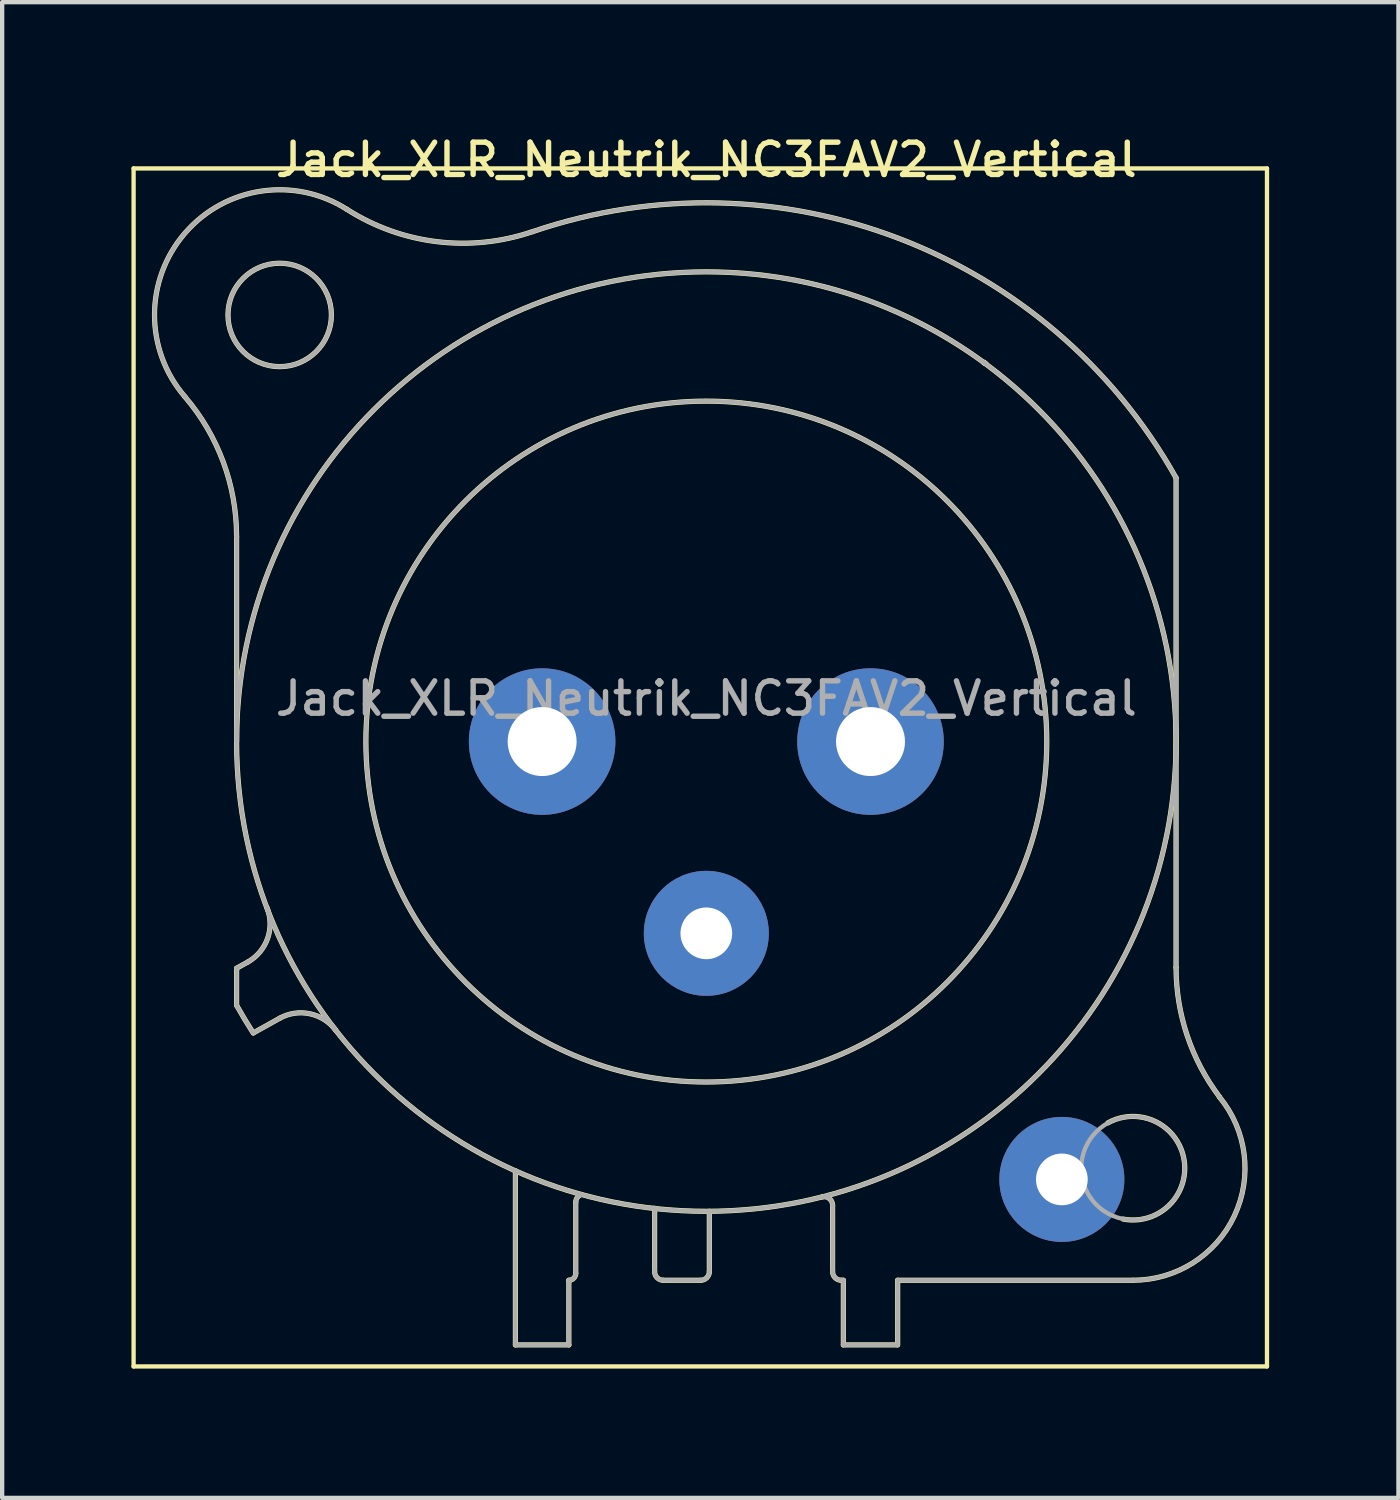
<source format=kicad_pcb>
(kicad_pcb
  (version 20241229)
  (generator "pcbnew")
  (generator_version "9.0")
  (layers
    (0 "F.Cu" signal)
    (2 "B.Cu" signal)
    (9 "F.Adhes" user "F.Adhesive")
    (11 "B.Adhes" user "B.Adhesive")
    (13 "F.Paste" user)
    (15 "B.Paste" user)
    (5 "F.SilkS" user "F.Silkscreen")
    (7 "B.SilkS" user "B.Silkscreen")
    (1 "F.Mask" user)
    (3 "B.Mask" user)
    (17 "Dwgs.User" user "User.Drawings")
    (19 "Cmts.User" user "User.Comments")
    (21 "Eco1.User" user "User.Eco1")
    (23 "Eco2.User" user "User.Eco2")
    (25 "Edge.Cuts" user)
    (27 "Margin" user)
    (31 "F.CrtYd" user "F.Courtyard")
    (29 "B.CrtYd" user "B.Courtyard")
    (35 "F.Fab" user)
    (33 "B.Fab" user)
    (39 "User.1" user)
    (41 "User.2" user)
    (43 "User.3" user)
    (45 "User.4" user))
  (footprint "Jack_XLR_Neutrik_NC3FAV2_Vertical"
    (layer "F.Cu")
    (at 17.15 14.158)
    (property "Reference" "Jack_XLR_Neutrik_NC3FAV2_Vertical" (at -3.81 -13.5 0) (layer "F.SilkS") (effects (font (size 0.75 0.75) (thickness 0.125))))
    (attr through_hole)
    (fp_line (start -17.1 -13.3) (end 9.2 -13.3) (stroke (width 0.1) (type solid)) (layer "F.SilkS"))
    (fp_line (start -17.1 14.5) (end -17.1 -13.3) (stroke (width 0.1) (type solid)) (layer "F.SilkS"))
    (fp_line (start -14.71 0) (end -14.71 -4.76) (stroke (width 0.12) (type solid)) (layer "F.SilkS"))
    (fp_line (start -14.71 5.26) (end -14.71 6.12) (stroke (width 0.12) (type solid)) (layer "F.SilkS"))
    (fp_line (start -14.44 5.11) (end -14.71 5.26) (stroke (width 0.12) (type solid)) (layer "F.SilkS"))
    (fp_line (start -14.32 6.76) (end -13.71 6.42) (stroke (width 0.12) (type solid)) (layer "F.SilkS"))
    (fp_line (start -8.24 9.96) (end -8.24 14) (stroke (width 0.12) (type solid)) (layer "F.SilkS"))
    (fp_line (start -7 12.5) (end -7 14) (stroke (width 0.12) (type solid)) (layer "F.SilkS"))
    (fp_line (start -7 14) (end -8.24 14) (stroke (width 0.12) (type solid)) (layer "F.SilkS"))
    (fp_line (start -6.84 12.34) (end -6.84 10.69) (stroke (width 0.12) (type solid)) (layer "F.SilkS"))
    (fp_line (start -5.01 10.83) (end -5.01 12.3) (stroke (width 0.12) (type solid)) (layer "F.SilkS"))
    (fp_line (start -3.94 12.5) (end -4.81 12.5) (stroke (width 0.12) (type solid)) (layer "F.SilkS"))
    (fp_line (start -3.74 10.9) (end -3.74 12.3) (stroke (width 0.12) (type solid)) (layer "F.SilkS"))
    (fp_line (start -0.88 12.3) (end -0.88 10.76) (stroke (width 0.12) (type solid)) (layer "F.SilkS"))
    (fp_line (start -0.63 12.5) (end -0.68 12.5) (stroke (width 0.12) (type solid)) (layer "F.SilkS"))
    (fp_line (start -0.63 12.5) (end -0.63 14) (stroke (width 0.12) (type solid)) (layer "F.SilkS"))
    (fp_line (start 0.62 14) (end -0.63 14) (stroke (width 0.12) (type solid)) (layer "F.SilkS"))
    (fp_line (start 0.63 12.5) (end 6.09 12.5) (stroke (width 0.12) (type solid)) (layer "F.SilkS"))
    (fp_line (start 0.63 14) (end 0.63 12.5) (stroke (width 0.12) (type solid)) (layer "F.SilkS"))
    (fp_line (start 7.09 5.24) (end 7.09 -6.12) (stroke (width 0.12) (type solid)) (layer "F.SilkS"))
    (fp_line (start 9.2 -13.3) (end 9.2 14.5) (stroke (width 0.1) (type solid)) (layer "F.SilkS"))
    (fp_line (start 9.2 14.5) (end -17.1 14.5) (stroke (width 0.1) (type solid)) (layer "F.SilkS"))
    (fp_arc (start -15.908829 -8.000856) (mid -15.019313 -6.48774) (end -14.71 -4.76) (stroke (width 0.12) (type solid)) (layer "F.SilkS"))
    (fp_arc (start -15.908236 -8.001617) (mid -15.907486 -11.799251) (end -12.15 -12.35) (stroke (width 0.12) (type solid)) (layer "F.SilkS"))
    (fp_arc (start -14.32314 6.763008) (mid -14.521396 6.444407) (end -14.71 6.12) (stroke (width 0.12) (type solid)) (layer "F.SilkS"))
    (fp_arc (start -14.004283 3.855674) (mid -13.989213 4.56375) (end -14.44 5.11) (stroke (width 0.12) (type solid)) (layer "F.SilkS"))
    (fp_arc (start -13.71 6.42) (mid -13.01025 6.315915) (end -12.412202 6.693832) (stroke (width 0.12) (type solid)) (layer "F.SilkS"))
    (fp_arc (start -7.848035 -11.831177) (mid -10.058192 -11.599923) (end -12.15 -12.35) (stroke (width 0.12) (type solid)) (layer "F.SilkS"))
    (fp_arc (start -7.841153 -11.83276) (mid 0.657009 -11.675197) (end 7.09 -6.12) (stroke (width 0.12) (type solid)) (layer "F.SilkS"))
    (fp_arc (start -6.84 10.69) (mid -6.803713 10.578321) (end -6.708713 10.509299) (stroke (width 0.12) (type solid)) (layer "F.SilkS"))
    (fp_arc (start -6.84 12.34) (mid -6.886863 12.453137) (end -7 12.5) (stroke (width 0.12) (type solid)) (layer "F.SilkS"))
    (fp_arc (start -4.81 12.5) (mid -4.951421 12.441421) (end -5.01 12.3) (stroke (width 0.12) (type solid)) (layer "F.SilkS"))
    (fp_arc (start -3.74 12.3) (mid -3.798579 12.441421) (end -3.94 12.5) (stroke (width 0.12) (type solid)) (layer "F.SilkS"))
    (fp_arc (start -1.1294 10.566197) (mid -0.957281 10.602076) (end -0.88 10.76) (stroke (width 0.12) (type solid)) (layer "F.SilkS"))
    (fp_arc (start -0.68 12.5) (mid -0.821421 12.441421) (end -0.88 12.3) (stroke (width 0.12) (type solid)) (layer "F.SilkS"))
    (fp_arc (start 2.636924 -8.782671) (mid 2.628394 -8.791269) (end 2.62 -8.8) (stroke (width 0.12) (type solid)) (layer "F.SilkS"))
    (fp_arc (start 2.680052 -8.767734) (mid 2.65973 -8.7835) (end 2.64 -8.8) (stroke (width 0.12) (type solid)) (layer "F.SilkS"))
    (fp_arc (start 5.507701 8.848226) (mid 7.277502 9.712546) (end 5.86 11.08) (stroke (width 0.12) (type solid)) (layer "F.SilkS"))
    (fp_arc (start 8.095865 8.245761) (mid 8.441704 11.008824) (end 6.09 12.5) (stroke (width 0.12) (type solid)) (layer "F.SilkS"))
    (fp_arc (start 8.098032 8.243976) (mid 7.348729 6.824298) (end 7.09 5.24) (stroke (width 0.12) (type solid)) (layer "F.SilkS"))
    (fp_circle (center -13.71 -9.9) (end -12.51 -9.9) (stroke (width 0.12) (type solid)) (fill no) (layer "F.SilkS"))
    (fp_circle (center -3.81 0) (end 4.09 0) (stroke (width 0.12) (type solid)) (fill no) (layer "F.SilkS"))
    (fp_circle (center -3.81 0) (end 7.09 0) (stroke (width 0.12) (type solid)) (fill no) (layer "F.SilkS"))
    (fp_line (start -14.71 0) (end -14.71 -4.76) (stroke (width 0.1) (type solid)) (layer "F.Fab"))
    (fp_line (start -14.71 5.26) (end -14.71 6.12) (stroke (width 0.1) (type solid)) (layer "F.Fab"))
    (fp_line (start -14.44 5.11) (end -14.71 5.26) (stroke (width 0.1) (type solid)) (layer "F.Fab"))
    (fp_line (start -14.32 6.76) (end -13.71 6.42) (stroke (width 0.1) (type solid)) (layer "F.Fab"))
    (fp_line (start -8.24 9.96) (end -8.24 14) (stroke (width 0.1) (type solid)) (layer "F.Fab"))
    (fp_line (start -7 12.5) (end -7 14) (stroke (width 0.1) (type solid)) (layer "F.Fab"))
    (fp_line (start -7 14) (end -8.24 14) (stroke (width 0.1) (type solid)) (layer "F.Fab"))
    (fp_line (start -6.84 12.34) (end -6.84 10.69) (stroke (width 0.1) (type solid)) (layer "F.Fab"))
    (fp_line (start -5.01 10.83) (end -5.01 12.3) (stroke (width 0.1) (type solid)) (layer "F.Fab"))
    (fp_line (start -3.94 12.5) (end -4.81 12.5) (stroke (width 0.1) (type solid)) (layer "F.Fab"))
    (fp_line (start -3.74 10.9) (end -3.74 12.3) (stroke (width 0.1) (type solid)) (layer "F.Fab"))
    (fp_line (start -0.88 12.3) (end -0.88 10.76) (stroke (width 0.1) (type solid)) (layer "F.Fab"))
    (fp_line (start -0.63 12.5) (end -0.68 12.5) (stroke (width 0.1) (type solid)) (layer "F.Fab"))
    (fp_line (start -0.63 12.5) (end -0.63 14) (stroke (width 0.1) (type solid)) (layer "F.Fab"))
    (fp_line (start 0.62 14) (end -0.63 14) (stroke (width 0.1) (type solid)) (layer "F.Fab"))
    (fp_line (start 0.63 12.5) (end 6.09 12.5) (stroke (width 0.1) (type solid)) (layer "F.Fab"))
    (fp_line (start 0.63 14) (end 0.63 12.5) (stroke (width 0.1) (type solid)) (layer "F.Fab"))
    (fp_line (start 7.09 5.24) (end 7.09 -6.12) (stroke (width 0.1) (type solid)) (layer "F.Fab"))
    (fp_arc (start -15.908829 -8.000856) (mid -15.019313 -6.48774) (end -14.71 -4.76) (stroke (width 0.1) (type solid)) (layer "F.Fab"))
    (fp_arc (start -15.908236 -8.001617) (mid -15.907486 -11.799251) (end -12.15 -12.35) (stroke (width 0.1) (type solid)) (layer "F.Fab"))
    (fp_arc (start -14.32314 6.763008) (mid -14.521396 6.444407) (end -14.71 6.12) (stroke (width 0.1) (type solid)) (layer "F.Fab"))
    (fp_arc (start -14.004283 3.855674) (mid -13.989213 4.56375) (end -14.44 5.11) (stroke (width 0.1) (type solid)) (layer "F.Fab"))
    (fp_arc (start -13.71 6.42) (mid -13.01025 6.315915) (end -12.412202 6.693832) (stroke (width 0.1) (type solid)) (layer "F.Fab"))
    (fp_arc (start -7.848035 -11.831177) (mid -10.058192 -11.599923) (end -12.15 -12.35) (stroke (width 0.1) (type solid)) (layer "F.Fab"))
    (fp_arc (start -7.841153 -11.83276) (mid 0.657009 -11.675197) (end 7.09 -6.12) (stroke (width 0.1) (type solid)) (layer "F.Fab"))
    (fp_arc (start -6.84 10.69) (mid -6.803713 10.578321) (end -6.708713 10.509299) (stroke (width 0.1) (type solid)) (layer "F.Fab"))
    (fp_arc (start -6.84 12.34) (mid -6.886863 12.453137) (end -7 12.5) (stroke (width 0.1) (type solid)) (layer "F.Fab"))
    (fp_arc (start -4.81 12.5) (mid -4.951421 12.441421) (end -5.01 12.3) (stroke (width 0.1) (type solid)) (layer "F.Fab"))
    (fp_arc (start -3.74 12.3) (mid -3.798579 12.441421) (end -3.94 12.5) (stroke (width 0.1) (type solid)) (layer "F.Fab"))
    (fp_arc (start -1.1294 10.566197) (mid -0.957281 10.602076) (end -0.88 10.76) (stroke (width 0.1) (type solid)) (layer "F.Fab"))
    (fp_arc (start -0.68 12.5) (mid -0.821421 12.441421) (end -0.88 12.3) (stroke (width 0.1) (type solid)) (layer "F.Fab"))
    (fp_arc (start 2.636924 -8.782671) (mid 2.628394 -8.791269) (end 2.62 -8.8) (stroke (width 0.1) (type solid)) (layer "F.Fab"))
    (fp_arc (start 2.680052 -8.767734) (mid 2.65973 -8.7835) (end 2.64 -8.8) (stroke (width 0.1) (type solid)) (layer "F.Fab"))
    (fp_arc (start 8.095865 8.245761) (mid 8.441704 11.008824) (end 6.09 12.5) (stroke (width 0.1) (type solid)) (layer "F.Fab"))
    (fp_arc (start 8.098032 8.243976) (mid 7.348729 6.824298) (end 7.09 5.24) (stroke (width 0.1) (type solid)) (layer "F.Fab"))
    (fp_circle (center -13.71 -9.9) (end -12.51 -9.9) (stroke (width 0.1) (type solid)) (fill no) (layer "F.Fab"))
    (fp_circle (center -3.81 0) (end 4.09 0) (stroke (width 0.1) (type solid)) (fill no) (layer "F.Fab"))
    (fp_circle (center -3.81 0) (end 7.09 0) (stroke (width 0.1) (type solid)) (fill no) (layer "F.Fab"))
    (fp_circle (center 6.09 9.9) (end 7.29 9.9) (stroke (width 0.1) (type solid)) (fill no) (layer "F.Fab"))
    (fp_text user "${REFERENCE}" (at -3.81 -1 0) (layer "F.Fab") (effects (font (size 0.75 0.75) (thickness 0.125))))
    (pad "1" thru_hole circle (at 0 0) (size 3.4 3.4) (drill 1.6) (layers "*.Cu" "*.Mask"))
    (pad "2" thru_hole circle (at -7.62 0) (size 3.4 3.4) (drill 1.6) (layers "*.Cu" "*.Mask"))
    (pad "3" thru_hole circle (at -3.81 4.45) (size 2.9 2.9) (drill 1.2) (layers "*.Cu" "*.Mask"))
    (pad "G" thru_hole circle (at 4.44 10.16) (size 2.9 2.9) (drill 1.2) (layers "*.Cu" "*.Mask")))
  (gr_rect
    (start -3 -3)
    (end 29.4 31.708)
    (stroke (width 0.1) (type default))
    (fill no)
    (layer "Edge.Cuts")))
</source>
